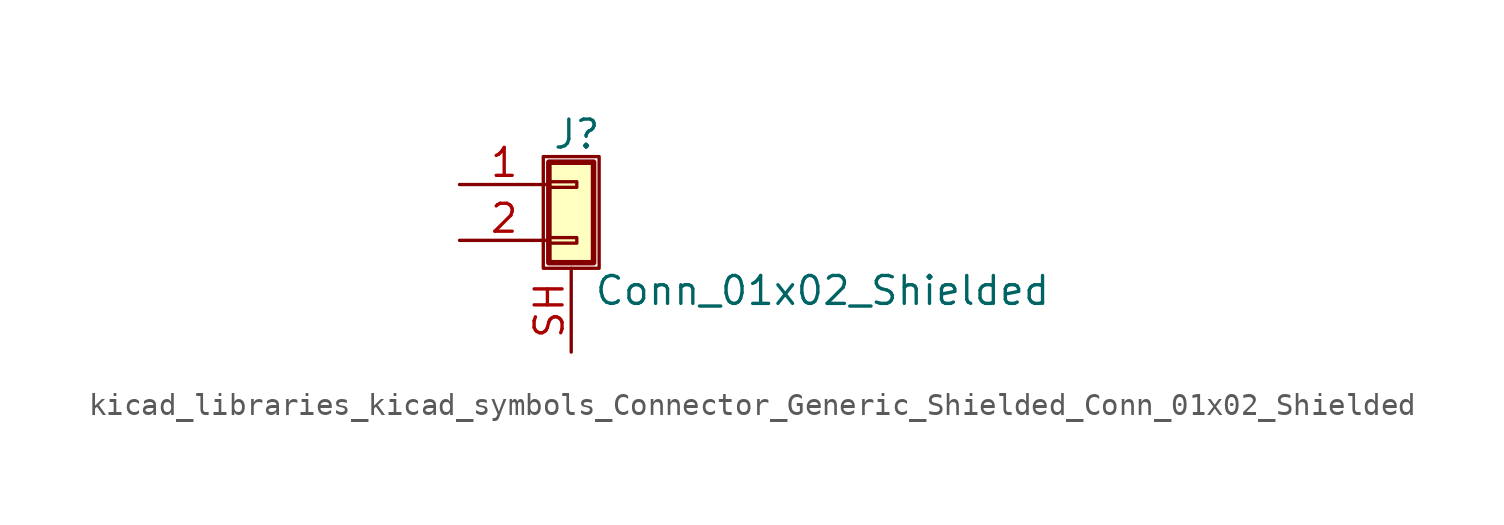
<source format=kicad_sym>
(kicad_symbol_lib
  (version 20220914)
  (generator kicad_symbol_editor)
  (symbol "kicad_libraries_kicad_symbols_Connector_Generic_Shielded_Conn_01x02_Shielded"
    (pin_names
      (offset 1.016) hide)
    (property "Reference" "J"
      (at 0.254 2.286 0)
      (effects (font (size 1.27 1.27))))
    (property "Value" "Conn_01x02_Shielded"
      (at 1.016 -4.826 0)
      (effects (font (size 1.27 1.27)) (justify left)))
    (symbol "kicad_libraries_kicad_symbols_Connector_Generic_Shielded_Conn_01x02_Shielded_1_1"
      (rectangle (start -1.27 1.27) (end 1.27 -3.81) (stroke (width 0.152) (type default)) (fill (type none)))
      (rectangle (start -1.016 -2.413) (end 0.254 -2.667) (stroke (width 0.152) (type default)) (fill (type none)))
      (rectangle (start -1.016 0.127) (end 0.254 -0.127) (stroke (width 0.152) (type default)) (fill (type none)))
      (rectangle (start -1.016 1.016) (end 1.016 -3.556) (stroke (width 0.254) (type default)) (fill (type background)))
      (pin passive line (at -5.08 0 0) (length 4.064) (name "Pin_1" (effects (font (size 1.27 1.27)))) (number "1" (effects (font (size 1.27 1.27)))))
      (pin passive line (at -5.08 -2.54 0) (length 4.064) (name "Pin_2" (effects (font (size 1.27 1.27)))) (number "2" (effects (font (size 1.27 1.27)))))
      (pin passive line (at 0 -7.62 90) (length 3.81) (name "Shield" (effects (font (size 1.27 1.27)))) (number "SH" (effects (font (size 1.27 1.27))))))))
</source>
